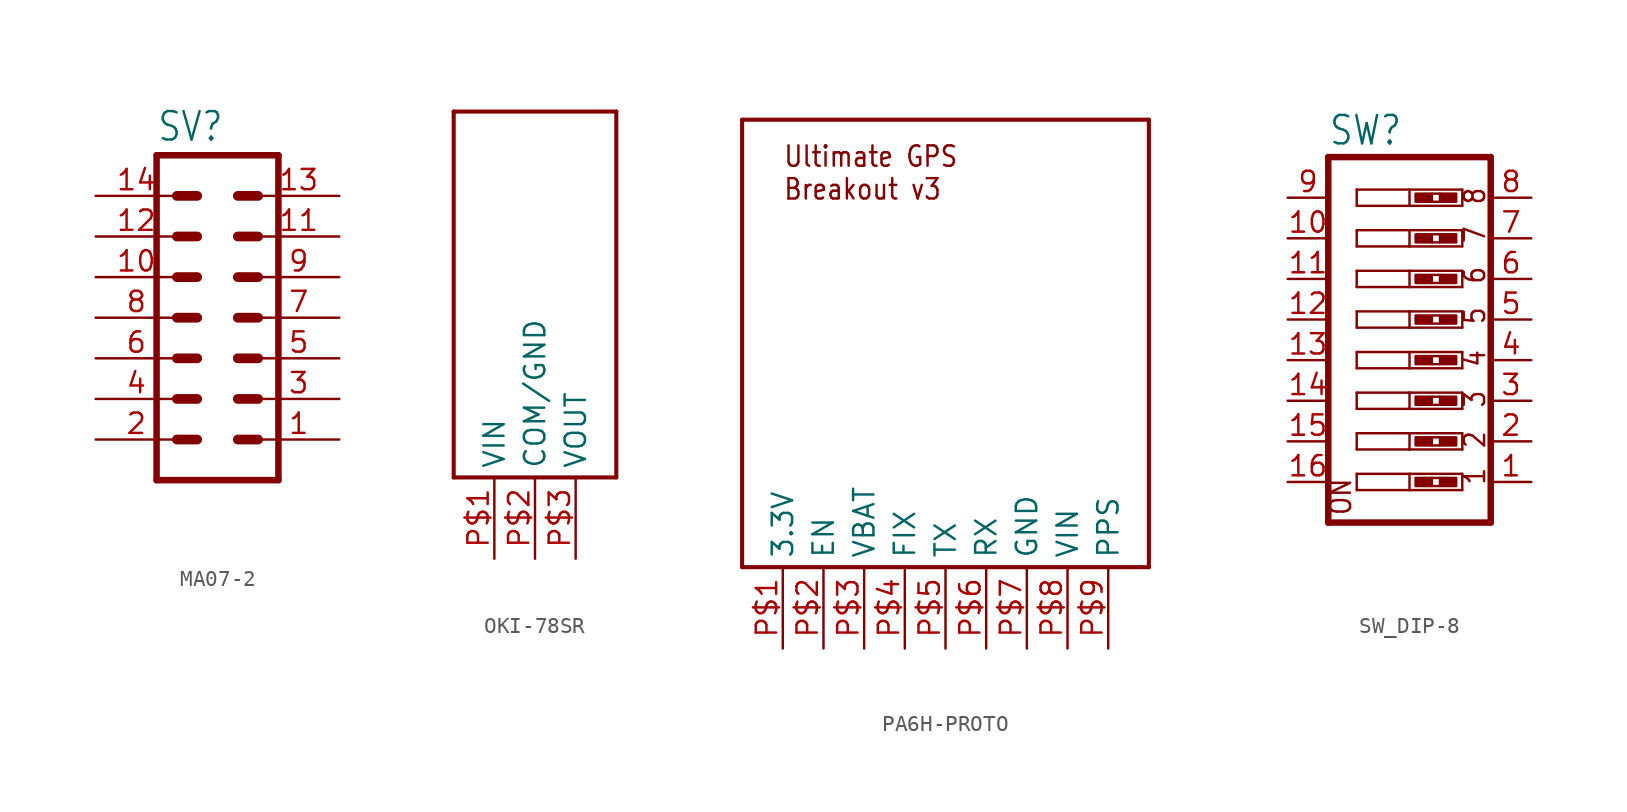
<source format=kicad_sym>
(kicad_symbol_lib
  (version 20220914)
  (generator kicad_symbol_editor)
  (symbol "MA07-2"
    (property "Reference" "SV"
      (at -3.81 10.922 0)
      (effects (font (size 1.778 1.511)) (justify left bottom)))
    (property "Value" ""
      (at -3.81 -12.7 0)
      (effects (font (size 1.778 1.511)) (justify left bottom)))
    (property "ki_locked" ""
      (at 0 0 0)
      (effects (font (size 1.27 1.27))))
    (symbol "MA07-2_1_0"
      (polyline (pts (xy -3.81 10.16) (xy -3.81 -10.16)) (stroke (width 0.406) (type solid)) (fill (type none)))
      (polyline (pts (xy -3.81 10.16) (xy 3.81 10.16)) (stroke (width 0.406) (type solid)) (fill (type none)))
      (polyline (pts (xy -2.54 -7.62) (xy -1.27 -7.62)) (stroke (width 0.61) (type solid)) (fill (type none)))
      (polyline (pts (xy -2.54 -5.08) (xy -1.27 -5.08)) (stroke (width 0.61) (type solid)) (fill (type none)))
      (polyline (pts (xy -2.54 -2.54) (xy -1.27 -2.54)) (stroke (width 0.61) (type solid)) (fill (type none)))
      (polyline (pts (xy -2.54 0) (xy -1.27 0)) (stroke (width 0.61) (type solid)) (fill (type none)))
      (polyline (pts (xy -2.54 2.54) (xy -1.27 2.54)) (stroke (width 0.61) (type solid)) (fill (type none)))
      (polyline (pts (xy -2.54 5.08) (xy -1.27 5.08)) (stroke (width 0.61) (type solid)) (fill (type none)))
      (polyline (pts (xy -2.54 7.62) (xy -1.27 7.62)) (stroke (width 0.61) (type solid)) (fill (type none)))
      (polyline (pts (xy 1.27 -7.62) (xy 2.54 -7.62)) (stroke (width 0.61) (type solid)) (fill (type none)))
      (polyline (pts (xy 1.27 -5.08) (xy 2.54 -5.08)) (stroke (width 0.61) (type solid)) (fill (type none)))
      (polyline (pts (xy 1.27 -2.54) (xy 2.54 -2.54)) (stroke (width 0.61) (type solid)) (fill (type none)))
      (polyline (pts (xy 1.27 0) (xy 2.54 0)) (stroke (width 0.61) (type solid)) (fill (type none)))
      (polyline (pts (xy 1.27 2.54) (xy 2.54 2.54)) (stroke (width 0.61) (type solid)) (fill (type none)))
      (polyline (pts (xy 1.27 5.08) (xy 2.54 5.08)) (stroke (width 0.61) (type solid)) (fill (type none)))
      (polyline (pts (xy 1.27 7.62) (xy 2.54 7.62)) (stroke (width 0.61) (type solid)) (fill (type none)))
      (polyline (pts (xy 3.81 -10.16) (xy -3.81 -10.16)) (stroke (width 0.406) (type solid)) (fill (type none)))
      (polyline (pts (xy 3.81 -10.16) (xy 3.81 10.16)) (stroke (width 0.406) (type solid)) (fill (type none)))
      (pin passive line (at 7.62 -7.62 180) (length 5.08) (name "1" (effects (font (size 0 0)))) (number "1" (effects (font (size 1.27 1.27)))))
      (pin passive line (at -7.62 2.54 0) (length 5.08) (name "10" (effects (font (size 0 0)))) (number "10" (effects (font (size 1.27 1.27)))))
      (pin passive line (at 7.62 5.08 180) (length 5.08) (name "11" (effects (font (size 0 0)))) (number "11" (effects (font (size 1.27 1.27)))))
      (pin passive line (at -7.62 5.08 0) (length 5.08) (name "12" (effects (font (size 0 0)))) (number "12" (effects (font (size 1.27 1.27)))))
      (pin passive line (at 7.62 7.62 180) (length 5.08) (name "13" (effects (font (size 0 0)))) (number "13" (effects (font (size 1.27 1.27)))))
      (pin passive line (at -7.62 7.62 0) (length 5.08) (name "14" (effects (font (size 0 0)))) (number "14" (effects (font (size 1.27 1.27)))))
      (pin passive line (at -7.62 -7.62 0) (length 5.08) (name "2" (effects (font (size 0 0)))) (number "2" (effects (font (size 1.27 1.27)))))
      (pin passive line (at 7.62 -5.08 180) (length 5.08) (name "3" (effects (font (size 0 0)))) (number "3" (effects (font (size 1.27 1.27)))))
      (pin passive line (at -7.62 -5.08 0) (length 5.08) (name "4" (effects (font (size 0 0)))) (number "4" (effects (font (size 1.27 1.27)))))
      (pin passive line (at 7.62 -2.54 180) (length 5.08) (name "5" (effects (font (size 0 0)))) (number "5" (effects (font (size 1.27 1.27)))))
      (pin passive line (at -7.62 -2.54 0) (length 5.08) (name "6" (effects (font (size 0 0)))) (number "6" (effects (font (size 1.27 1.27)))))
      (pin passive line (at 7.62 0 180) (length 5.08) (name "7" (effects (font (size 0 0)))) (number "7" (effects (font (size 1.27 1.27)))))
      (pin passive line (at -7.62 0 0) (length 5.08) (name "8" (effects (font (size 0 0)))) (number "8" (effects (font (size 1.27 1.27)))))
      (pin passive line (at 7.62 2.54 180) (length 5.08) (name "9" (effects (font (size 0 0)))) (number "9" (effects (font (size 1.27 1.27)))))))
  (symbol "OKI-78SR"
    (property "Reference" ""
      (at 0 0 0)
      (effects (font (size 1.27 1.27)) hide))
    (property "ki_locked" ""
      (at 0 0 0)
      (effects (font (size 1.27 1.27))))
    (symbol "OKI-78SR_1_0"
      (polyline (pts (xy -5.08 0) (xy 5.08 0)) (stroke (width 0.254) (type solid)) (fill (type none)))
      (polyline (pts (xy -5.08 22.86) (xy -5.08 0)) (stroke (width 0.254) (type solid)) (fill (type none)))
      (polyline (pts (xy 5.08 0) (xy 5.08 22.86)) (stroke (width 0.254) (type solid)) (fill (type none)))
      (polyline (pts (xy 5.08 22.86) (xy -5.08 22.86)) (stroke (width 0.254) (type solid)) (fill (type none)))
      (pin bidirectional line (at -2.54 -5.08 90) (length 5.08) (name "VIN" (effects (font (size 1.27 1.27)))) (number "P$1" (effects (font (size 1.27 1.27)))))
      (pin bidirectional line (at 0 -5.08 90) (length 5.08) (name "COM/GND" (effects (font (size 1.27 1.27)))) (number "P$2" (effects (font (size 1.27 1.27)))))
      (pin bidirectional line (at 2.54 -5.08 90) (length 5.08) (name "VOUT" (effects (font (size 1.27 1.27)))) (number "P$3" (effects (font (size 1.27 1.27)))))))
  (symbol "PA6H-PROTO"
    (property "Reference" ""
      (at 0 0 0)
      (effects (font (size 1.27 1.27)) hide))
    (property "ki_locked" ""
      (at 0 0 0)
      (effects (font (size 1.27 1.27))))
    (symbol "PA6H-PROTO_1_0"
      (polyline (pts (xy -12.7 5.08) (xy 12.7 5.08)) (stroke (width 0.254) (type solid)) (fill (type none)))
      (polyline (pts (xy -12.7 33.02) (xy -12.7 5.08)) (stroke (width 0.254) (type solid)) (fill (type none)))
      (polyline (pts (xy 12.7 5.08) (xy 12.7 33.02)) (stroke (width 0.254) (type solid)) (fill (type none)))
      (polyline (pts (xy 12.7 33.02) (xy -12.7 33.02)) (stroke (width 0.254) (type solid)) (fill (type none)))
      (text "Ultimate GPS\nBreakout v3" (at -10.16 27.94 0) (effects (font (size 1.27 1.079)) (justify left bottom)))
      (pin bidirectional line (at -10.16 0 90) (length 5.08) (name "3.3V" (effects (font (size 1.27 1.27)))) (number "P$1" (effects (font (size 1.27 1.27)))))
      (pin bidirectional line (at -7.62 0 90) (length 5.08) (name "EN" (effects (font (size 1.27 1.27)))) (number "P$2" (effects (font (size 1.27 1.27)))))
      (pin bidirectional line (at -5.08 0 90) (length 5.08) (name "VBAT" (effects (font (size 1.27 1.27)))) (number "P$3" (effects (font (size 1.27 1.27)))))
      (pin bidirectional line (at -2.54 0 90) (length 5.08) (name "FIX" (effects (font (size 1.27 1.27)))) (number "P$4" (effects (font (size 1.27 1.27)))))
      (pin bidirectional line (at 0 0 90) (length 5.08) (name "TX" (effects (font (size 1.27 1.27)))) (number "P$5" (effects (font (size 1.27 1.27)))))
      (pin bidirectional line (at 2.54 0 90) (length 5.08) (name "RX" (effects (font (size 1.27 1.27)))) (number "P$6" (effects (font (size 1.27 1.27)))))
      (pin bidirectional line (at 5.08 0 90) (length 5.08) (name "GND" (effects (font (size 1.27 1.27)))) (number "P$7" (effects (font (size 1.27 1.27)))))
      (pin bidirectional line (at 7.62 0 90) (length 5.08) (name "VIN" (effects (font (size 1.27 1.27)))) (number "P$8" (effects (font (size 1.27 1.27)))))
      (pin bidirectional line (at 10.16 0 90) (length 5.08) (name "PPS" (effects (font (size 1.27 1.27)))) (number "P$9" (effects (font (size 1.27 1.27)))))))
  (symbol "SW_DIP-8"
    (property "Reference" "SW"
      (at -5.08 10.795 0)
      (effects (font (size 1.778 1.511)) (justify left bottom)))
    (property "Value" ""
      (at -5.08 -15.24 0)
      (effects (font (size 1.778 1.511)) (justify left bottom)))
    (property "ki_locked" ""
      (at 0 0 0)
      (effects (font (size 1.27 1.27))))
    (symbol "SW_DIP-8_1_0"
      (polyline (pts (xy -5.08 -12.7) (xy 5.08 -12.7)) (stroke (width 0.406) (type solid)) (fill (type none)))
      (polyline (pts (xy -5.08 10.16) (xy -5.08 -12.7)) (stroke (width 0.406) (type solid)) (fill (type none)))
      (polyline (pts (xy -3.302 -10.668) (xy -3.302 -9.652)) (stroke (width 0.152) (type solid)) (fill (type none)))
      (polyline (pts (xy -3.302 -9.652) (xy 0 -9.652)) (stroke (width 0.152) (type solid)) (fill (type none)))
      (polyline (pts (xy -3.302 -8.128) (xy -3.302 -7.112)) (stroke (width 0.152) (type solid)) (fill (type none)))
      (polyline (pts (xy -3.302 -7.112) (xy 0 -7.112)) (stroke (width 0.152) (type solid)) (fill (type none)))
      (polyline (pts (xy -3.302 -5.588) (xy -3.302 -4.572)) (stroke (width 0.152) (type solid)) (fill (type none)))
      (polyline (pts (xy -3.302 -4.572) (xy 0 -4.572)) (stroke (width 0.152) (type solid)) (fill (type none)))
      (polyline (pts (xy -3.302 -3.048) (xy -3.302 -2.032)) (stroke (width 0.152) (type solid)) (fill (type none)))
      (polyline (pts (xy -3.302 -2.032) (xy 0 -2.032)) (stroke (width 0.152) (type solid)) (fill (type none)))
      (polyline (pts (xy -3.302 -0.508) (xy -3.302 0.508)) (stroke (width 0.152) (type solid)) (fill (type none)))
      (polyline (pts (xy -3.302 0.508) (xy 0 0.508)) (stroke (width 0.152) (type solid)) (fill (type none)))
      (polyline (pts (xy -3.302 2.032) (xy -3.302 3.048)) (stroke (width 0.152) (type solid)) (fill (type none)))
      (polyline (pts (xy -3.302 3.048) (xy 0 3.048)) (stroke (width 0.152) (type solid)) (fill (type none)))
      (polyline (pts (xy -3.302 4.572) (xy -3.302 5.588)) (stroke (width 0.152) (type solid)) (fill (type none)))
      (polyline (pts (xy -3.302 5.588) (xy 0 5.588)) (stroke (width 0.152) (type solid)) (fill (type none)))
      (polyline (pts (xy -3.302 7.112) (xy -3.302 8.128)) (stroke (width 0.152) (type solid)) (fill (type none)))
      (polyline (pts (xy -3.302 8.128) (xy 0 8.128)) (stroke (width 0.152) (type solid)) (fill (type none)))
      (polyline (pts (xy 0 -10.668) (xy -3.302 -10.668)) (stroke (width 0.152) (type solid)) (fill (type none)))
      (polyline (pts (xy 0 -9.652) (xy 0 -10.668)) (stroke (width 0.152) (type solid)) (fill (type none)))
      (polyline (pts (xy 0 -9.652) (xy 3.302 -9.652)) (stroke (width 0.152) (type solid)) (fill (type none)))
      (polyline (pts (xy 0 -8.128) (xy -3.302 -8.128)) (stroke (width 0.152) (type solid)) (fill (type none)))
      (polyline (pts (xy 0 -7.112) (xy 0 -8.128)) (stroke (width 0.152) (type solid)) (fill (type none)))
      (polyline (pts (xy 0 -7.112) (xy 3.302 -7.112)) (stroke (width 0.152) (type solid)) (fill (type none)))
      (polyline (pts (xy 0 -5.588) (xy -3.302 -5.588)) (stroke (width 0.152) (type solid)) (fill (type none)))
      (polyline (pts (xy 0 -4.572) (xy 0 -5.588)) (stroke (width 0.152) (type solid)) (fill (type none)))
      (polyline (pts (xy 0 -4.572) (xy 3.302 -4.572)) (stroke (width 0.152) (type solid)) (fill (type none)))
      (polyline (pts (xy 0 -3.048) (xy -3.302 -3.048)) (stroke (width 0.152) (type solid)) (fill (type none)))
      (polyline (pts (xy 0 -2.032) (xy 0 -3.048)) (stroke (width 0.152) (type solid)) (fill (type none)))
      (polyline (pts (xy 0 -2.032) (xy 3.302 -2.032)) (stroke (width 0.152) (type solid)) (fill (type none)))
      (polyline (pts (xy 0 -0.508) (xy -3.302 -0.508)) (stroke (width 0.152) (type solid)) (fill (type none)))
      (polyline (pts (xy 0 0.508) (xy 0 -0.508)) (stroke (width 0.152) (type solid)) (fill (type none)))
      (polyline (pts (xy 0 0.508) (xy 3.302 0.508)) (stroke (width 0.152) (type solid)) (fill (type none)))
      (polyline (pts (xy 0 2.032) (xy -3.302 2.032)) (stroke (width 0.152) (type solid)) (fill (type none)))
      (polyline (pts (xy 0 3.048) (xy 0 2.032)) (stroke (width 0.152) (type solid)) (fill (type none)))
      (polyline (pts (xy 0 3.048) (xy 3.302 3.048)) (stroke (width 0.152) (type solid)) (fill (type none)))
      (polyline (pts (xy 0 4.572) (xy -3.302 4.572)) (stroke (width 0.152) (type solid)) (fill (type none)))
      (polyline (pts (xy 0 5.588) (xy 0 4.572)) (stroke (width 0.152) (type solid)) (fill (type none)))
      (polyline (pts (xy 0 5.588) (xy 3.302 5.588)) (stroke (width 0.152) (type solid)) (fill (type none)))
      (polyline (pts (xy 0 7.112) (xy -3.302 7.112)) (stroke (width 0.152) (type solid)) (fill (type none)))
      (polyline (pts (xy 0 8.128) (xy 0 7.112)) (stroke (width 0.152) (type solid)) (fill (type none)))
      (polyline (pts (xy 0 8.128) (xy 3.302 8.128)) (stroke (width 0.152) (type solid)) (fill (type none)))
      (polyline (pts (xy 1.397 -10.414) (xy 1.905 -10.414)) (stroke (width 0) (type solid)) (fill (type none)))
      (polyline (pts (xy 1.397 -9.906) (xy 1.905 -9.906)) (stroke (width 0) (type solid)) (fill (type none)))
      (polyline (pts (xy 1.397 -7.874) (xy 1.905 -7.874)) (stroke (width 0) (type solid)) (fill (type none)))
      (polyline (pts (xy 1.397 -7.366) (xy 1.905 -7.366)) (stroke (width 0) (type solid)) (fill (type none)))
      (polyline (pts (xy 1.397 -5.334) (xy 1.905 -5.334)) (stroke (width 0) (type solid)) (fill (type none)))
      (polyline (pts (xy 1.397 -4.826) (xy 1.905 -4.826)) (stroke (width 0) (type solid)) (fill (type none)))
      (polyline (pts (xy 1.397 -2.794) (xy 1.905 -2.794)) (stroke (width 0) (type solid)) (fill (type none)))
      (polyline (pts (xy 1.397 -2.286) (xy 1.905 -2.286)) (stroke (width 0) (type solid)) (fill (type none)))
      (polyline (pts (xy 1.397 -0.254) (xy 1.905 -0.254)) (stroke (width 0) (type solid)) (fill (type none)))
      (polyline (pts (xy 1.397 0.254) (xy 1.905 0.254)) (stroke (width 0) (type solid)) (fill (type none)))
      (polyline (pts (xy 1.397 2.286) (xy 1.905 2.286)) (stroke (width 0) (type solid)) (fill (type none)))
      (polyline (pts (xy 1.397 2.794) (xy 1.905 2.794)) (stroke (width 0) (type solid)) (fill (type none)))
      (polyline (pts (xy 1.397 4.826) (xy 1.905 4.826)) (stroke (width 0) (type solid)) (fill (type none)))
      (polyline (pts (xy 1.397 5.334) (xy 1.905 5.334)) (stroke (width 0) (type solid)) (fill (type none)))
      (polyline (pts (xy 1.397 7.366) (xy 1.905 7.366)) (stroke (width 0) (type solid)) (fill (type none)))
      (polyline (pts (xy 1.397 7.874) (xy 1.905 7.874)) (stroke (width 0) (type solid)) (fill (type none)))
      (polyline (pts (xy 3.302 -10.668) (xy 0 -10.668)) (stroke (width 0.152) (type solid)) (fill (type none)))
      (polyline (pts (xy 3.302 -9.652) (xy 3.302 -10.668)) (stroke (width 0.152) (type solid)) (fill (type none)))
      (polyline (pts (xy 3.302 -8.128) (xy 0 -8.128)) (stroke (width 0.152) (type solid)) (fill (type none)))
      (polyline (pts (xy 3.302 -7.112) (xy 3.302 -8.128)) (stroke (width 0.152) (type solid)) (fill (type none)))
      (polyline (pts (xy 3.302 -5.588) (xy 0 -5.588)) (stroke (width 0.152) (type solid)) (fill (type none)))
      (polyline (pts (xy 3.302 -4.572) (xy 3.302 -5.588)) (stroke (width 0.152) (type solid)) (fill (type none)))
      (polyline (pts (xy 3.302 -3.048) (xy 0 -3.048)) (stroke (width 0.152) (type solid)) (fill (type none)))
      (polyline (pts (xy 3.302 -2.032) (xy 3.302 -3.048)) (stroke (width 0.152) (type solid)) (fill (type none)))
      (polyline (pts (xy 3.302 -0.508) (xy 0 -0.508)) (stroke (width 0.152) (type solid)) (fill (type none)))
      (polyline (pts (xy 3.302 0.508) (xy 3.302 -0.508)) (stroke (width 0.152) (type solid)) (fill (type none)))
      (polyline (pts (xy 3.302 2.032) (xy 0 2.032)) (stroke (width 0.152) (type solid)) (fill (type none)))
      (polyline (pts (xy 3.302 3.048) (xy 3.302 2.032)) (stroke (width 0.152) (type solid)) (fill (type none)))
      (polyline (pts (xy 3.302 4.572) (xy 0 4.572)) (stroke (width 0.152) (type solid)) (fill (type none)))
      (polyline (pts (xy 3.302 5.588) (xy 3.302 4.572)) (stroke (width 0.152) (type solid)) (fill (type none)))
      (polyline (pts (xy 3.302 7.112) (xy 0 7.112)) (stroke (width 0.152) (type solid)) (fill (type none)))
      (polyline (pts (xy 3.302 8.128) (xy 3.302 7.112)) (stroke (width 0.152) (type solid)) (fill (type none)))
      (polyline (pts (xy 5.08 -12.7) (xy 5.08 10.16)) (stroke (width 0.406) (type solid)) (fill (type none)))
      (polyline (pts (xy 5.08 10.16) (xy -5.08 10.16)) (stroke (width 0.406) (type solid)) (fill (type none)))
      (rectangle (start 0.381 -10.414) (end 1.397 -9.906) (stroke (width 0) (type default)) (fill (type outline)))
      (rectangle (start 0.381 -7.874) (end 1.397 -7.366) (stroke (width 0) (type default)) (fill (type outline)))
      (rectangle (start 0.381 -5.334) (end 1.397 -4.826) (stroke (width 0) (type default)) (fill (type outline)))
      (rectangle (start 0.381 -2.794) (end 1.397 -2.286) (stroke (width 0) (type default)) (fill (type outline)))
      (rectangle (start 0.381 -0.254) (end 1.397 0.254) (stroke (width 0) (type default)) (fill (type outline)))
      (rectangle (start 0.381 2.286) (end 1.397 2.794) (stroke (width 0) (type default)) (fill (type outline)))
      (rectangle (start 0.381 4.826) (end 1.397 5.334) (stroke (width 0) (type default)) (fill (type outline)))
      (rectangle (start 0.381 7.366) (end 1.397 7.874) (stroke (width 0) (type default)) (fill (type outline)))
      (rectangle (start 1.905 -10.414) (end 2.921 -9.906) (stroke (width 0) (type default)) (fill (type outline)))
      (rectangle (start 1.905 -7.874) (end 2.921 -7.366) (stroke (width 0) (type default)) (fill (type outline)))
      (rectangle (start 1.905 -5.334) (end 2.921 -4.826) (stroke (width 0) (type default)) (fill (type outline)))
      (rectangle (start 1.905 -2.794) (end 2.921 -2.286) (stroke (width 0) (type default)) (fill (type outline)))
      (rectangle (start 1.905 -0.254) (end 2.921 0.254) (stroke (width 0) (type default)) (fill (type outline)))
      (rectangle (start 1.905 2.286) (end 2.921 2.794) (stroke (width 0) (type default)) (fill (type outline)))
      (rectangle (start 1.905 4.826) (end 2.921 5.334) (stroke (width 0) (type default)) (fill (type outline)))
      (rectangle (start 1.905 7.366) (end 2.921 7.874) (stroke (width 0) (type default)) (fill (type outline)))
      (text "1" (at 4.826 -10.414 900) (effects (font (size 1.27 1.079)) (justify left bottom)))
      (text "2" (at 4.826 -8.128 900) (effects (font (size 1.27 1.079)) (justify left bottom)))
      (text "3" (at 4.826 -5.588 900) (effects (font (size 1.27 1.079)) (justify left bottom)))
      (text "4" (at 4.826 -3.048 900) (effects (font (size 1.27 1.079)) (justify left bottom)))
      (text "5" (at 4.826 -0.381 900) (effects (font (size 1.27 1.079)) (justify left bottom)))
      (text "6" (at 4.826 2.159 900) (effects (font (size 1.27 1.079)) (justify left bottom)))
      (text "7" (at 4.826 4.699 900) (effects (font (size 1.27 1.079)) (justify left bottom)))
      (text "8" (at 4.826 7.112 900) (effects (font (size 1.27 1.079)) (justify left bottom)))
      (text "ON" (at -3.556 -12.319 900) (effects (font (size 1.27 1.079)) (justify left bottom)))
      (pin passive line (at 7.62 -10.16 180) (length 2.54) (name "1" (effects (font (size 0 0)))) (number "1" (effects (font (size 1.27 1.27)))))
      (pin passive line (at -7.62 5.08 0) (length 2.54) (name "10" (effects (font (size 0 0)))) (number "10" (effects (font (size 1.27 1.27)))))
      (pin passive line (at -7.62 2.54 0) (length 2.54) (name "11" (effects (font (size 0 0)))) (number "11" (effects (font (size 1.27 1.27)))))
      (pin passive line (at -7.62 0 0) (length 2.54) (name "12" (effects (font (size 0 0)))) (number "12" (effects (font (size 1.27 1.27)))))
      (pin passive line (at -7.62 -2.54 0) (length 2.54) (name "13" (effects (font (size 0 0)))) (number "13" (effects (font (size 1.27 1.27)))))
      (pin passive line (at -7.62 -5.08 0) (length 2.54) (name "14" (effects (font (size 0 0)))) (number "14" (effects (font (size 1.27 1.27)))))
      (pin passive line (at -7.62 -7.62 0) (length 2.54) (name "15" (effects (font (size 0 0)))) (number "15" (effects (font (size 1.27 1.27)))))
      (pin passive line (at -7.62 -10.16 0) (length 2.54) (name "16" (effects (font (size 0 0)))) (number "16" (effects (font (size 1.27 1.27)))))
      (pin passive line (at 7.62 -7.62 180) (length 2.54) (name "2" (effects (font (size 0 0)))) (number "2" (effects (font (size 1.27 1.27)))))
      (pin passive line (at 7.62 -5.08 180) (length 2.54) (name "3" (effects (font (size 0 0)))) (number "3" (effects (font (size 1.27 1.27)))))
      (pin passive line (at 7.62 -2.54 180) (length 2.54) (name "4" (effects (font (size 0 0)))) (number "4" (effects (font (size 1.27 1.27)))))
      (pin passive line (at 7.62 0 180) (length 2.54) (name "5" (effects (font (size 0 0)))) (number "5" (effects (font (size 1.27 1.27)))))
      (pin passive line (at 7.62 2.54 180) (length 2.54) (name "6" (effects (font (size 0 0)))) (number "6" (effects (font (size 1.27 1.27)))))
      (pin passive line (at 7.62 5.08 180) (length 2.54) (name "7" (effects (font (size 0 0)))) (number "7" (effects (font (size 1.27 1.27)))))
      (pin passive line (at 7.62 7.62 180) (length 2.54) (name "8" (effects (font (size 0 0)))) (number "8" (effects (font (size 1.27 1.27)))))
      (pin passive line (at -7.62 7.62 0) (length 2.54) (name "9" (effects (font (size 0 0)))) (number "9" (effects (font (size 1.27 1.27))))))))
</source>
